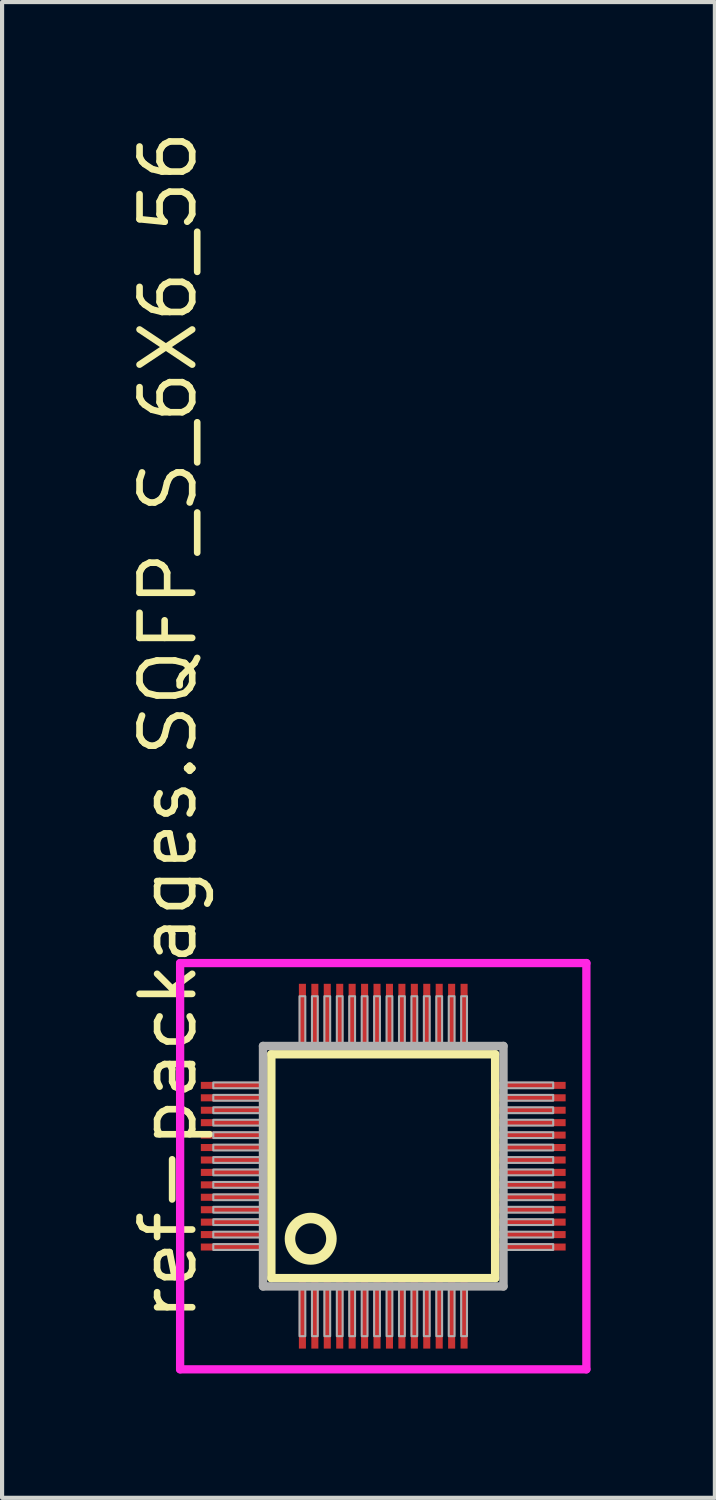
<source format=kicad_pcb>
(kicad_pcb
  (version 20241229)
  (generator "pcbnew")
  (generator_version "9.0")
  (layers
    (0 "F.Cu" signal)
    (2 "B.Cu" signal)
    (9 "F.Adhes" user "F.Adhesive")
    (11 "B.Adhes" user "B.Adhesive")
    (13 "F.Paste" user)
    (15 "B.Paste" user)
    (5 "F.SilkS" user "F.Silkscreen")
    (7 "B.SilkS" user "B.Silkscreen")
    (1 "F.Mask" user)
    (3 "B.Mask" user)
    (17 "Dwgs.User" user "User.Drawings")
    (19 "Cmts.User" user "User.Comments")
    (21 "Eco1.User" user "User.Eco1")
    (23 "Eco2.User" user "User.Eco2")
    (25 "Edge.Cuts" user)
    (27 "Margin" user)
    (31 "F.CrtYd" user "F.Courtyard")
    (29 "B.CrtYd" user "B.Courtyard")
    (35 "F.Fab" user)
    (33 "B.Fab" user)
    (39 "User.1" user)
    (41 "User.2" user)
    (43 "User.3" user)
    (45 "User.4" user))
  (footprint "ref-packages.SQFP_S_6X6_56"
    (layer "F.Cu")
    (at 6.195 25.082)
    (property "Reference" "ref-packages.SQFP_S_6X6_56" (at -4.445 3.81 90) (layer "F.SilkS") (effects (font (size 1.27 1.27) (thickness 0.16)) (justify left bottom)))
    (attr smd)
    (fp_line (start -2.7 -2.7) (end 2.7 -2.7) (stroke (width 0.203) (type default)) (layer "F.SilkS"))
    (fp_line (start -2.7 2.7) (end -2.7 -2.7) (stroke (width 0.203) (type default)) (layer "F.SilkS"))
    (fp_line (start 2.7 -2.7) (end 2.7 2.7) (stroke (width 0.203) (type default)) (layer "F.SilkS"))
    (fp_line (start 2.7 2.7) (end -2.7 2.7) (stroke (width 0.203) (type default)) (layer "F.SilkS"))
    (fp_circle (center -1.75 1.75) (end -1.25 1.75) (stroke (width 0.254) (type default)) (fill no) (layer "F.SilkS"))
    (fp_line (start -4.9 -4.9) (end 4.9 -4.9) (stroke (width 0.2) (type default)) (layer "F.CrtYd"))
    (fp_line (start -4.9 4.9) (end -4.9 -4.9) (stroke (width 0.2) (type default)) (layer "F.CrtYd"))
    (fp_line (start 4.9 -4.9) (end 4.9 4.9) (stroke (width 0.2) (type default)) (layer "F.CrtYd"))
    (fp_line (start 4.9 4.9) (end -4.9 4.9) (stroke (width 0.2) (type default)) (layer "F.CrtYd"))
    (fp_line (start -2.9 -2.9) (end -2.9 2.9) (stroke (width 0.203) (type default)) (layer "F.Fab"))
    (fp_line (start -2.9 2.9) (end 2.9 2.9) (stroke (width 0.203) (type default)) (layer "F.Fab"))
    (fp_line (start 2.9 -2.9) (end -2.9 -2.9) (stroke (width 0.203) (type default)) (layer "F.Fab"))
    (fp_line (start 2.9 2.9) (end 2.9 -2.9) (stroke (width 0.203) (type default)) (layer "F.Fab"))
    (fp_rect (start -4.1 -1.88) (end -2.95 -2.02) (stroke (width 0.05) (type default)) (fill no) (layer "F.Fab"))
    (fp_rect (start -4.1 -1.58) (end -2.95 -1.72) (stroke (width 0.05) (type default)) (fill no) (layer "F.Fab"))
    (fp_rect (start -4.1 -1.28) (end -2.95 -1.42) (stroke (width 0.05) (type default)) (fill no) (layer "F.Fab"))
    (fp_rect (start -4.1 -0.98) (end -2.95 -1.12) (stroke (width 0.05) (type default)) (fill no) (layer "F.Fab"))
    (fp_rect (start -4.1 -0.68) (end -2.95 -0.82) (stroke (width 0.05) (type default)) (fill no) (layer "F.Fab"))
    (fp_rect (start -4.1 -0.38) (end -2.95 -0.52) (stroke (width 0.05) (type default)) (fill no) (layer "F.Fab"))
    (fp_rect (start -4.1 -0.08) (end -2.95 -0.22) (stroke (width 0.05) (type default)) (fill no) (layer "F.Fab"))
    (fp_rect (start -4.1 0.22) (end -2.95 0.08) (stroke (width 0.05) (type default)) (fill no) (layer "F.Fab"))
    (fp_rect (start -4.1 0.52) (end -2.95 0.38) (stroke (width 0.05) (type default)) (fill no) (layer "F.Fab"))
    (fp_rect (start -4.1 0.82) (end -2.95 0.68) (stroke (width 0.05) (type default)) (fill no) (layer "F.Fab"))
    (fp_rect (start -4.1 1.12) (end -2.95 0.98) (stroke (width 0.05) (type default)) (fill no) (layer "F.Fab"))
    (fp_rect (start -4.1 1.42) (end -2.95 1.28) (stroke (width 0.05) (type default)) (fill no) (layer "F.Fab"))
    (fp_rect (start -4.1 1.72) (end -2.95 1.58) (stroke (width 0.05) (type default)) (fill no) (layer "F.Fab"))
    (fp_rect (start -4.1 2.02) (end -2.95 1.88) (stroke (width 0.05) (type default)) (fill no) (layer "F.Fab"))
    (fp_rect (start -2.02 -2.95) (end -1.88 -4.1) (stroke (width 0.05) (type default)) (fill no) (layer "F.Fab"))
    (fp_rect (start -2.02 4.1) (end -1.88 2.95) (stroke (width 0.05) (type default)) (fill no) (layer "F.Fab"))
    (fp_rect (start -1.72 -2.95) (end -1.58 -4.1) (stroke (width 0.05) (type default)) (fill no) (layer "F.Fab"))
    (fp_rect (start -1.72 4.1) (end -1.58 2.95) (stroke (width 0.05) (type default)) (fill no) (layer "F.Fab"))
    (fp_rect (start -1.42 -2.95) (end -1.28 -4.1) (stroke (width 0.05) (type default)) (fill no) (layer "F.Fab"))
    (fp_rect (start -1.42 4.1) (end -1.28 2.95) (stroke (width 0.05) (type default)) (fill no) (layer "F.Fab"))
    (fp_rect (start -1.12 -2.95) (end -0.98 -4.1) (stroke (width 0.05) (type default)) (fill no) (layer "F.Fab"))
    (fp_rect (start -1.12 4.1) (end -0.98 2.95) (stroke (width 0.05) (type default)) (fill no) (layer "F.Fab"))
    (fp_rect (start -0.82 -2.95) (end -0.68 -4.1) (stroke (width 0.05) (type default)) (fill no) (layer "F.Fab"))
    (fp_rect (start -0.82 4.1) (end -0.68 2.95) (stroke (width 0.05) (type default)) (fill no) (layer "F.Fab"))
    (fp_rect (start -0.52 -2.95) (end -0.38 -4.1) (stroke (width 0.05) (type default)) (fill no) (layer "F.Fab"))
    (fp_rect (start -0.52 4.1) (end -0.38 2.95) (stroke (width 0.05) (type default)) (fill no) (layer "F.Fab"))
    (fp_rect (start -0.22 -2.95) (end -0.08 -4.1) (stroke (width 0.05) (type default)) (fill no) (layer "F.Fab"))
    (fp_rect (start -0.22 4.1) (end -0.08 2.95) (stroke (width 0.05) (type default)) (fill no) (layer "F.Fab"))
    (fp_rect (start 0.08 -2.95) (end 0.22 -4.1) (stroke (width 0.05) (type default)) (fill no) (layer "F.Fab"))
    (fp_rect (start 0.08 4.1) (end 0.22 2.95) (stroke (width 0.05) (type default)) (fill no) (layer "F.Fab"))
    (fp_rect (start 0.38 -2.95) (end 0.52 -4.1) (stroke (width 0.05) (type default)) (fill no) (layer "F.Fab"))
    (fp_rect (start 0.38 4.1) (end 0.52 2.95) (stroke (width 0.05) (type default)) (fill no) (layer "F.Fab"))
    (fp_rect (start 0.68 -2.95) (end 0.82 -4.1) (stroke (width 0.05) (type default)) (fill no) (layer "F.Fab"))
    (fp_rect (start 0.68 4.1) (end 0.82 2.95) (stroke (width 0.05) (type default)) (fill no) (layer "F.Fab"))
    (fp_rect (start 0.98 -2.95) (end 1.12 -4.1) (stroke (width 0.05) (type default)) (fill no) (layer "F.Fab"))
    (fp_rect (start 0.98 4.1) (end 1.12 2.95) (stroke (width 0.05) (type default)) (fill no) (layer "F.Fab"))
    (fp_rect (start 1.28 -2.95) (end 1.42 -4.1) (stroke (width 0.05) (type default)) (fill no) (layer "F.Fab"))
    (fp_rect (start 1.28 4.1) (end 1.42 2.95) (stroke (width 0.05) (type default)) (fill no) (layer "F.Fab"))
    (fp_rect (start 1.58 -2.95) (end 1.72 -4.1) (stroke (width 0.05) (type default)) (fill no) (layer "F.Fab"))
    (fp_rect (start 1.58 4.1) (end 1.72 2.95) (stroke (width 0.05) (type default)) (fill no) (layer "F.Fab"))
    (fp_rect (start 1.88 -2.95) (end 2.02 -4.1) (stroke (width 0.05) (type default)) (fill no) (layer "F.Fab"))
    (fp_rect (start 1.88 4.1) (end 2.02 2.95) (stroke (width 0.05) (type default)) (fill no) (layer "F.Fab"))
    (fp_rect (start 2.95 -1.88) (end 4.1 -2.02) (stroke (width 0.05) (type default)) (fill no) (layer "F.Fab"))
    (fp_rect (start 2.95 -1.58) (end 4.1 -1.72) (stroke (width 0.05) (type default)) (fill no) (layer "F.Fab"))
    (fp_rect (start 2.95 -1.28) (end 4.1 -1.42) (stroke (width 0.05) (type default)) (fill no) (layer "F.Fab"))
    (fp_rect (start 2.95 -0.98) (end 4.1 -1.12) (stroke (width 0.05) (type default)) (fill no) (layer "F.Fab"))
    (fp_rect (start 2.95 -0.68) (end 4.1 -0.82) (stroke (width 0.05) (type default)) (fill no) (layer "F.Fab"))
    (fp_rect (start 2.95 -0.38) (end 4.1 -0.52) (stroke (width 0.05) (type default)) (fill no) (layer "F.Fab"))
    (fp_rect (start 2.95 -0.08) (end 4.1 -0.22) (stroke (width 0.05) (type default)) (fill no) (layer "F.Fab"))
    (fp_rect (start 2.95 0.22) (end 4.1 0.08) (stroke (width 0.05) (type default)) (fill no) (layer "F.Fab"))
    (fp_rect (start 2.95 0.52) (end 4.1 0.38) (stroke (width 0.05) (type default)) (fill no) (layer "F.Fab"))
    (fp_rect (start 2.95 0.82) (end 4.1 0.68) (stroke (width 0.05) (type default)) (fill no) (layer "F.Fab"))
    (fp_rect (start 2.95 1.12) (end 4.1 0.98) (stroke (width 0.05) (type default)) (fill no) (layer "F.Fab"))
    (fp_rect (start 2.95 1.42) (end 4.1 1.28) (stroke (width 0.05) (type default)) (fill no) (layer "F.Fab"))
    (fp_rect (start 2.95 1.72) (end 4.1 1.58) (stroke (width 0.05) (type default)) (fill no) (layer "F.Fab"))
    (fp_rect (start 2.95 2.02) (end 4.1 1.88) (stroke (width 0.05) (type default)) (fill no) (layer "F.Fab"))
    (pad "1" smd roundrect (at -1.95 3.6) (size 0.17 1.6) (layers "F.Cu" "F.Mask" "F.Paste") (roundrect_rratio 0.01))
    (pad "2" smd roundrect (at -1.65 3.6) (size 0.17 1.6) (layers "F.Cu" "F.Mask" "F.Paste") (roundrect_rratio 0.01))
    (pad "3" smd roundrect (at -1.35 3.6) (size 0.17 1.6) (layers "F.Cu" "F.Mask" "F.Paste") (roundrect_rratio 0.01))
    (pad "4" smd roundrect (at -1.05 3.6) (size 0.17 1.6) (layers "F.Cu" "F.Mask" "F.Paste") (roundrect_rratio 0.01))
    (pad "5" smd roundrect (at -0.75 3.6) (size 0.17 1.6) (layers "F.Cu" "F.Mask" "F.Paste") (roundrect_rratio 0.01))
    (pad "6" smd roundrect (at -0.45 3.6) (size 0.17 1.6) (layers "F.Cu" "F.Mask" "F.Paste") (roundrect_rratio 0.01))
    (pad "7" smd roundrect (at -0.15 3.6) (size 0.17 1.6) (layers "F.Cu" "F.Mask" "F.Paste") (roundrect_rratio 0.01))
    (pad "8" smd roundrect (at 0.15 3.6) (size 0.17 1.6) (layers "F.Cu" "F.Mask" "F.Paste") (roundrect_rratio 0.01))
    (pad "9" smd roundrect (at 0.45 3.6) (size 0.17 1.6) (layers "F.Cu" "F.Mask" "F.Paste") (roundrect_rratio 0.01))
    (pad "10" smd roundrect (at 0.75 3.6) (size 0.17 1.6) (layers "F.Cu" "F.Mask" "F.Paste") (roundrect_rratio 0.01))
    (pad "11" smd roundrect (at 1.05 3.6) (size 0.17 1.6) (layers "F.Cu" "F.Mask" "F.Paste") (roundrect_rratio 0.01))
    (pad "12" smd roundrect (at 1.35 3.6) (size 0.17 1.6) (layers "F.Cu" "F.Mask" "F.Paste") (roundrect_rratio 0.01))
    (pad "13" smd roundrect (at 1.65 3.6) (size 0.17 1.6) (layers "F.Cu" "F.Mask" "F.Paste") (roundrect_rratio 0.01))
    (pad "14" smd roundrect (at 1.95 3.6) (size 0.17 1.6) (layers "F.Cu" "F.Mask" "F.Paste") (roundrect_rratio 0.01))
    (pad "15" smd roundrect (at 3.6 1.95) (size 1.6 0.17) (layers "F.Cu" "F.Mask" "F.Paste") (roundrect_rratio 0.01))
    (pad "16" smd roundrect (at 3.6 1.65) (size 1.6 0.17) (layers "F.Cu" "F.Mask" "F.Paste") (roundrect_rratio 0.01))
    (pad "17" smd roundrect (at 3.6 1.35) (size 1.6 0.17) (layers "F.Cu" "F.Mask" "F.Paste") (roundrect_rratio 0.01))
    (pad "18" smd roundrect (at 3.6 1.05) (size 1.6 0.17) (layers "F.Cu" "F.Mask" "F.Paste") (roundrect_rratio 0.01))
    (pad "19" smd roundrect (at 3.6 0.75) (size 1.6 0.17) (layers "F.Cu" "F.Mask" "F.Paste") (roundrect_rratio 0.01))
    (pad "20" smd roundrect (at 3.6 0.45) (size 1.6 0.17) (layers "F.Cu" "F.Mask" "F.Paste") (roundrect_rratio 0.01))
    (pad "21" smd roundrect (at 3.6 0.15) (size 1.6 0.17) (layers "F.Cu" "F.Mask" "F.Paste") (roundrect_rratio 0.01))
    (pad "22" smd roundrect (at 3.6 -0.15) (size 1.6 0.17) (layers "F.Cu" "F.Mask" "F.Paste") (roundrect_rratio 0.01))
    (pad "23" smd roundrect (at 3.6 -0.45) (size 1.6 0.17) (layers "F.Cu" "F.Mask" "F.Paste") (roundrect_rratio 0.01))
    (pad "24" smd roundrect (at 3.6 -0.75) (size 1.6 0.17) (layers "F.Cu" "F.Mask" "F.Paste") (roundrect_rratio 0.01))
    (pad "25" smd roundrect (at 3.6 -1.05) (size 1.6 0.17) (layers "F.Cu" "F.Mask" "F.Paste") (roundrect_rratio 0.01))
    (pad "26" smd roundrect (at 3.6 -1.35) (size 1.6 0.17) (layers "F.Cu" "F.Mask" "F.Paste") (roundrect_rratio 0.01))
    (pad "27" smd roundrect (at 3.6 -1.65) (size 1.6 0.17) (layers "F.Cu" "F.Mask" "F.Paste") (roundrect_rratio 0.01))
    (pad "28" smd roundrect (at 3.6 -1.95) (size 1.6 0.17) (layers "F.Cu" "F.Mask" "F.Paste") (roundrect_rratio 0.01))
    (pad "29" smd roundrect (at 1.95 -3.6) (size 0.17 1.6) (layers "F.Cu" "F.Mask" "F.Paste") (roundrect_rratio 0.01))
    (pad "30" smd roundrect (at 1.65 -3.6) (size 0.17 1.6) (layers "F.Cu" "F.Mask" "F.Paste") (roundrect_rratio 0.01))
    (pad "31" smd roundrect (at 1.35 -3.6) (size 0.17 1.6) (layers "F.Cu" "F.Mask" "F.Paste") (roundrect_rratio 0.01))
    (pad "32" smd roundrect (at 1.05 -3.6) (size 0.17 1.6) (layers "F.Cu" "F.Mask" "F.Paste") (roundrect_rratio 0.01))
    (pad "33" smd roundrect (at 0.75 -3.6) (size 0.17 1.6) (layers "F.Cu" "F.Mask" "F.Paste") (roundrect_rratio 0.01))
    (pad "34" smd roundrect (at 0.45 -3.6) (size 0.17 1.6) (layers "F.Cu" "F.Mask" "F.Paste") (roundrect_rratio 0.01))
    (pad "35" smd roundrect (at 0.15 -3.6) (size 0.17 1.6) (layers "F.Cu" "F.Mask" "F.Paste") (roundrect_rratio 0.01))
    (pad "36" smd roundrect (at -0.15 -3.6) (size 0.17 1.6) (layers "F.Cu" "F.Mask" "F.Paste") (roundrect_rratio 0.01))
    (pad "37" smd roundrect (at -0.45 -3.6) (size 0.17 1.6) (layers "F.Cu" "F.Mask" "F.Paste") (roundrect_rratio 0.01))
    (pad "38" smd roundrect (at -0.75 -3.6) (size 0.17 1.6) (layers "F.Cu" "F.Mask" "F.Paste") (roundrect_rratio 0.01))
    (pad "39" smd roundrect (at -1.05 -3.6) (size 0.17 1.6) (layers "F.Cu" "F.Mask" "F.Paste") (roundrect_rratio 0.01))
    (pad "40" smd roundrect (at -1.35 -3.6) (size 0.17 1.6) (layers "F.Cu" "F.Mask" "F.Paste") (roundrect_rratio 0.01))
    (pad "41" smd roundrect (at -1.65 -3.6) (size 0.17 1.6) (layers "F.Cu" "F.Mask" "F.Paste") (roundrect_rratio 0.01))
    (pad "42" smd roundrect (at -1.95 -3.6) (size 0.17 1.6) (layers "F.Cu" "F.Mask" "F.Paste") (roundrect_rratio 0.01))
    (pad "43" smd roundrect (at -3.6 -1.95) (size 1.6 0.17) (layers "F.Cu" "F.Mask" "F.Paste") (roundrect_rratio 0.01))
    (pad "44" smd roundrect (at -3.6 -1.65) (size 1.6 0.17) (layers "F.Cu" "F.Mask" "F.Paste") (roundrect_rratio 0.01))
    (pad "45" smd roundrect (at -3.6 -1.35) (size 1.6 0.17) (layers "F.Cu" "F.Mask" "F.Paste") (roundrect_rratio 0.01))
    (pad "46" smd roundrect (at -3.6 -1.05) (size 1.6 0.17) (layers "F.Cu" "F.Mask" "F.Paste") (roundrect_rratio 0.01))
    (pad "47" smd roundrect (at -3.6 -0.75) (size 1.6 0.17) (layers "F.Cu" "F.Mask" "F.Paste") (roundrect_rratio 0.01))
    (pad "48" smd roundrect (at -3.6 -0.45) (size 1.6 0.17) (layers "F.Cu" "F.Mask" "F.Paste") (roundrect_rratio 0.01))
    (pad "49" smd roundrect (at -3.6 -0.15) (size 1.6 0.17) (layers "F.Cu" "F.Mask" "F.Paste") (roundrect_rratio 0.01))
    (pad "50" smd roundrect (at -3.6 0.15) (size 1.6 0.17) (layers "F.Cu" "F.Mask" "F.Paste") (roundrect_rratio 0.01))
    (pad "51" smd roundrect (at -3.6 0.45) (size 1.6 0.17) (layers "F.Cu" "F.Mask" "F.Paste") (roundrect_rratio 0.01))
    (pad "52" smd roundrect (at -3.6 0.75) (size 1.6 0.17) (layers "F.Cu" "F.Mask" "F.Paste") (roundrect_rratio 0.01))
    (pad "53" smd roundrect (at -3.6 1.05) (size 1.6 0.17) (layers "F.Cu" "F.Mask" "F.Paste") (roundrect_rratio 0.01))
    (pad "54" smd roundrect (at -3.6 1.35) (size 1.6 0.17) (layers "F.Cu" "F.Mask" "F.Paste") (roundrect_rratio 0.01))
    (pad "55" smd roundrect (at -3.6 1.65) (size 1.6 0.17) (layers "F.Cu" "F.Mask" "F.Paste") (roundrect_rratio 0.01))
    (pad "56" smd roundrect (at -3.6 1.95) (size 1.6 0.17) (layers "F.Cu" "F.Mask" "F.Paste") (roundrect_rratio 0.01)))
  (gr_rect
    (start -3 -3)
    (end 14.195 33.082)
    (stroke (width 0.1) (type default))
    (fill no)
    (layer "Edge.Cuts")))
</source>
